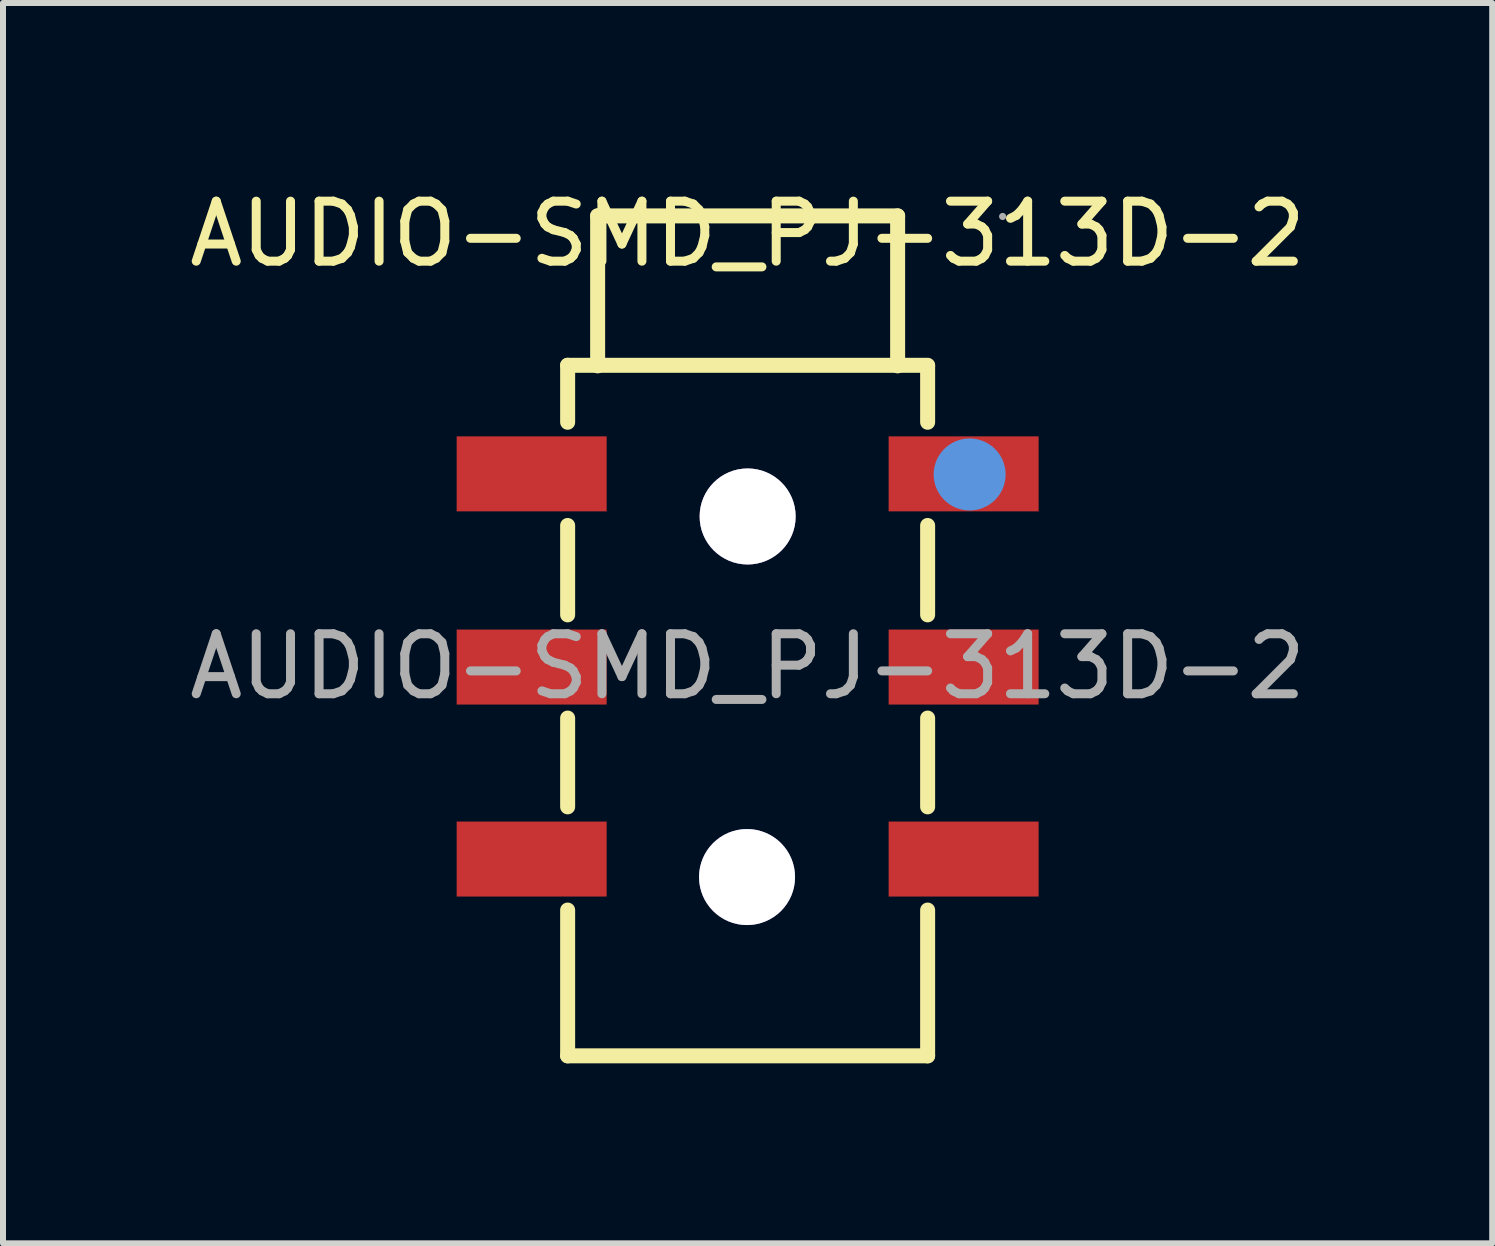
<source format=kicad_pcb>
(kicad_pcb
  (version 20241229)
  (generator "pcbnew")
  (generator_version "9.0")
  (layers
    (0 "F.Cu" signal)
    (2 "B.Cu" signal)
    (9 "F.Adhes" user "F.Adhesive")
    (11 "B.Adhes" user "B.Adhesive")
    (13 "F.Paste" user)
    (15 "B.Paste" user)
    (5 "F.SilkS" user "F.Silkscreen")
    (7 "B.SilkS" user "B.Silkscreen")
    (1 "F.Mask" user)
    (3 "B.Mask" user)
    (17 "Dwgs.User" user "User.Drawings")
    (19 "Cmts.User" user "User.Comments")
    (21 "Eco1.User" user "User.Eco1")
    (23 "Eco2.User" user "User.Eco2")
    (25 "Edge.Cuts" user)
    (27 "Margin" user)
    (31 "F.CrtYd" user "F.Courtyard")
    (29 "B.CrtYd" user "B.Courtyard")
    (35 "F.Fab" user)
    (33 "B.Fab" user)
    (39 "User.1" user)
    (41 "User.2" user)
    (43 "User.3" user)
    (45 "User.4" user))
  (footprint "AUDIO-SMD_PJ-313D-2"
    (layer "F.Cu")
    (at 9.411 8.058)
    (property "Reference" "AUDIO-SMD_PJ-313D-2" (at 0 -7.21 0) (layer "F.SilkS") (effects (font (size 1 1) (thickness 0.15))))
    (attr smd)
    (fp_line (start -3 -5.02) (end -3 -4.07) (stroke (width 0.25) (type solid)) (layer "F.SilkS"))
    (fp_line (start -3 -5.02) (end 3 -5.02) (stroke (width 0.25) (type solid)) (layer "F.SilkS"))
    (fp_line (start -3 -2.35) (end -3 -0.86) (stroke (width 0.25) (type solid)) (layer "F.SilkS"))
    (fp_line (start -3 0.86) (end -3 2.34) (stroke (width 0.25) (type solid)) (layer "F.SilkS"))
    (fp_line (start -3 4.06) (end -3 6.49) (stroke (width 0.25) (type solid)) (layer "F.SilkS"))
    (fp_line (start -3 6.49) (end 3 6.49) (stroke (width 0.25) (type solid)) (layer "F.SilkS"))
    (fp_line (start -2.5 -7.51) (end -2.5 -5.01) (stroke (width 0.25) (type solid)) (layer "F.SilkS"))
    (fp_line (start -2.5 -7.51) (end 2.5 -7.51) (stroke (width 0.25) (type solid)) (layer "F.SilkS"))
    (fp_line (start 2.5 -7.51) (end 2.5 -5.01) (stroke (width 0.25) (type solid)) (layer "F.SilkS"))
    (fp_line (start 3 -4.07) (end 3 -5.01) (stroke (width 0.25) (type solid)) (layer "F.SilkS"))
    (fp_line (start 3 -0.86) (end 3 -2.35) (stroke (width 0.25) (type solid)) (layer "F.SilkS"))
    (fp_line (start 3 2.34) (end 3 0.86) (stroke (width 0.25) (type solid)) (layer "F.SilkS"))
    (fp_line (start 3 6.49) (end 3 4.06) (stroke (width 0.25) (type solid)) (layer "F.SilkS"))
    (fp_circle (center 3.7 -3.2) (end 4 -3.2) (stroke (width 0.6) (type solid)) (fill no) (layer "Cmts.User"))
    (fp_circle (center 4.25 -7.5) (end 4.28 -7.5) (stroke (width 0.06) (type solid)) (fill no) (layer "F.Fab"))
    (fp_text user "${REFERENCE}" (at 0 0 0) (layer "F.Fab") (effects (font (size 1 1) (thickness 0.15))))
    (pad "" thru_hole circle (at -0.01 3.51) (size 1.6 1.6) (drill 1.6) (layers "*.Cu" "*.Mask"))
    (pad "" thru_hole circle (at 0 -2.5) (size 1.6 1.6) (drill 1.6) (layers "*.Cu" "*.Mask"))
    (pad "1" smd rect (at -3.6 -3.21) (size 2.5 1.25) (layers "F.Cu" "F.Mask" "F.Paste"))
    (pad "1" smd rect (at 3.6 -3.21) (size 2.5 1.25) (layers "F.Cu" "F.Mask" "F.Paste"))
    (pad "2" smd rect (at -3.6 0.01) (size 2.5 1.25) (layers "F.Cu" "F.Mask" "F.Paste"))
    (pad "2" smd rect (at 3.6 0.01) (size 2.5 1.25) (layers "F.Cu" "F.Mask" "F.Paste"))
    (pad "3" smd rect (at -3.6 3.21) (size 2.5 1.25) (layers "F.Cu" "F.Mask" "F.Paste"))
    (pad "3" smd rect (at 3.6 3.21) (size 2.5 1.25) (layers "F.Cu" "F.Mask" "F.Paste")))
  (gr_rect
    (start -3 -3)
    (end 21.821 17.673)
    (stroke (width 0.1) (type default))
    (fill no)
    (layer "Edge.Cuts")))
</source>
